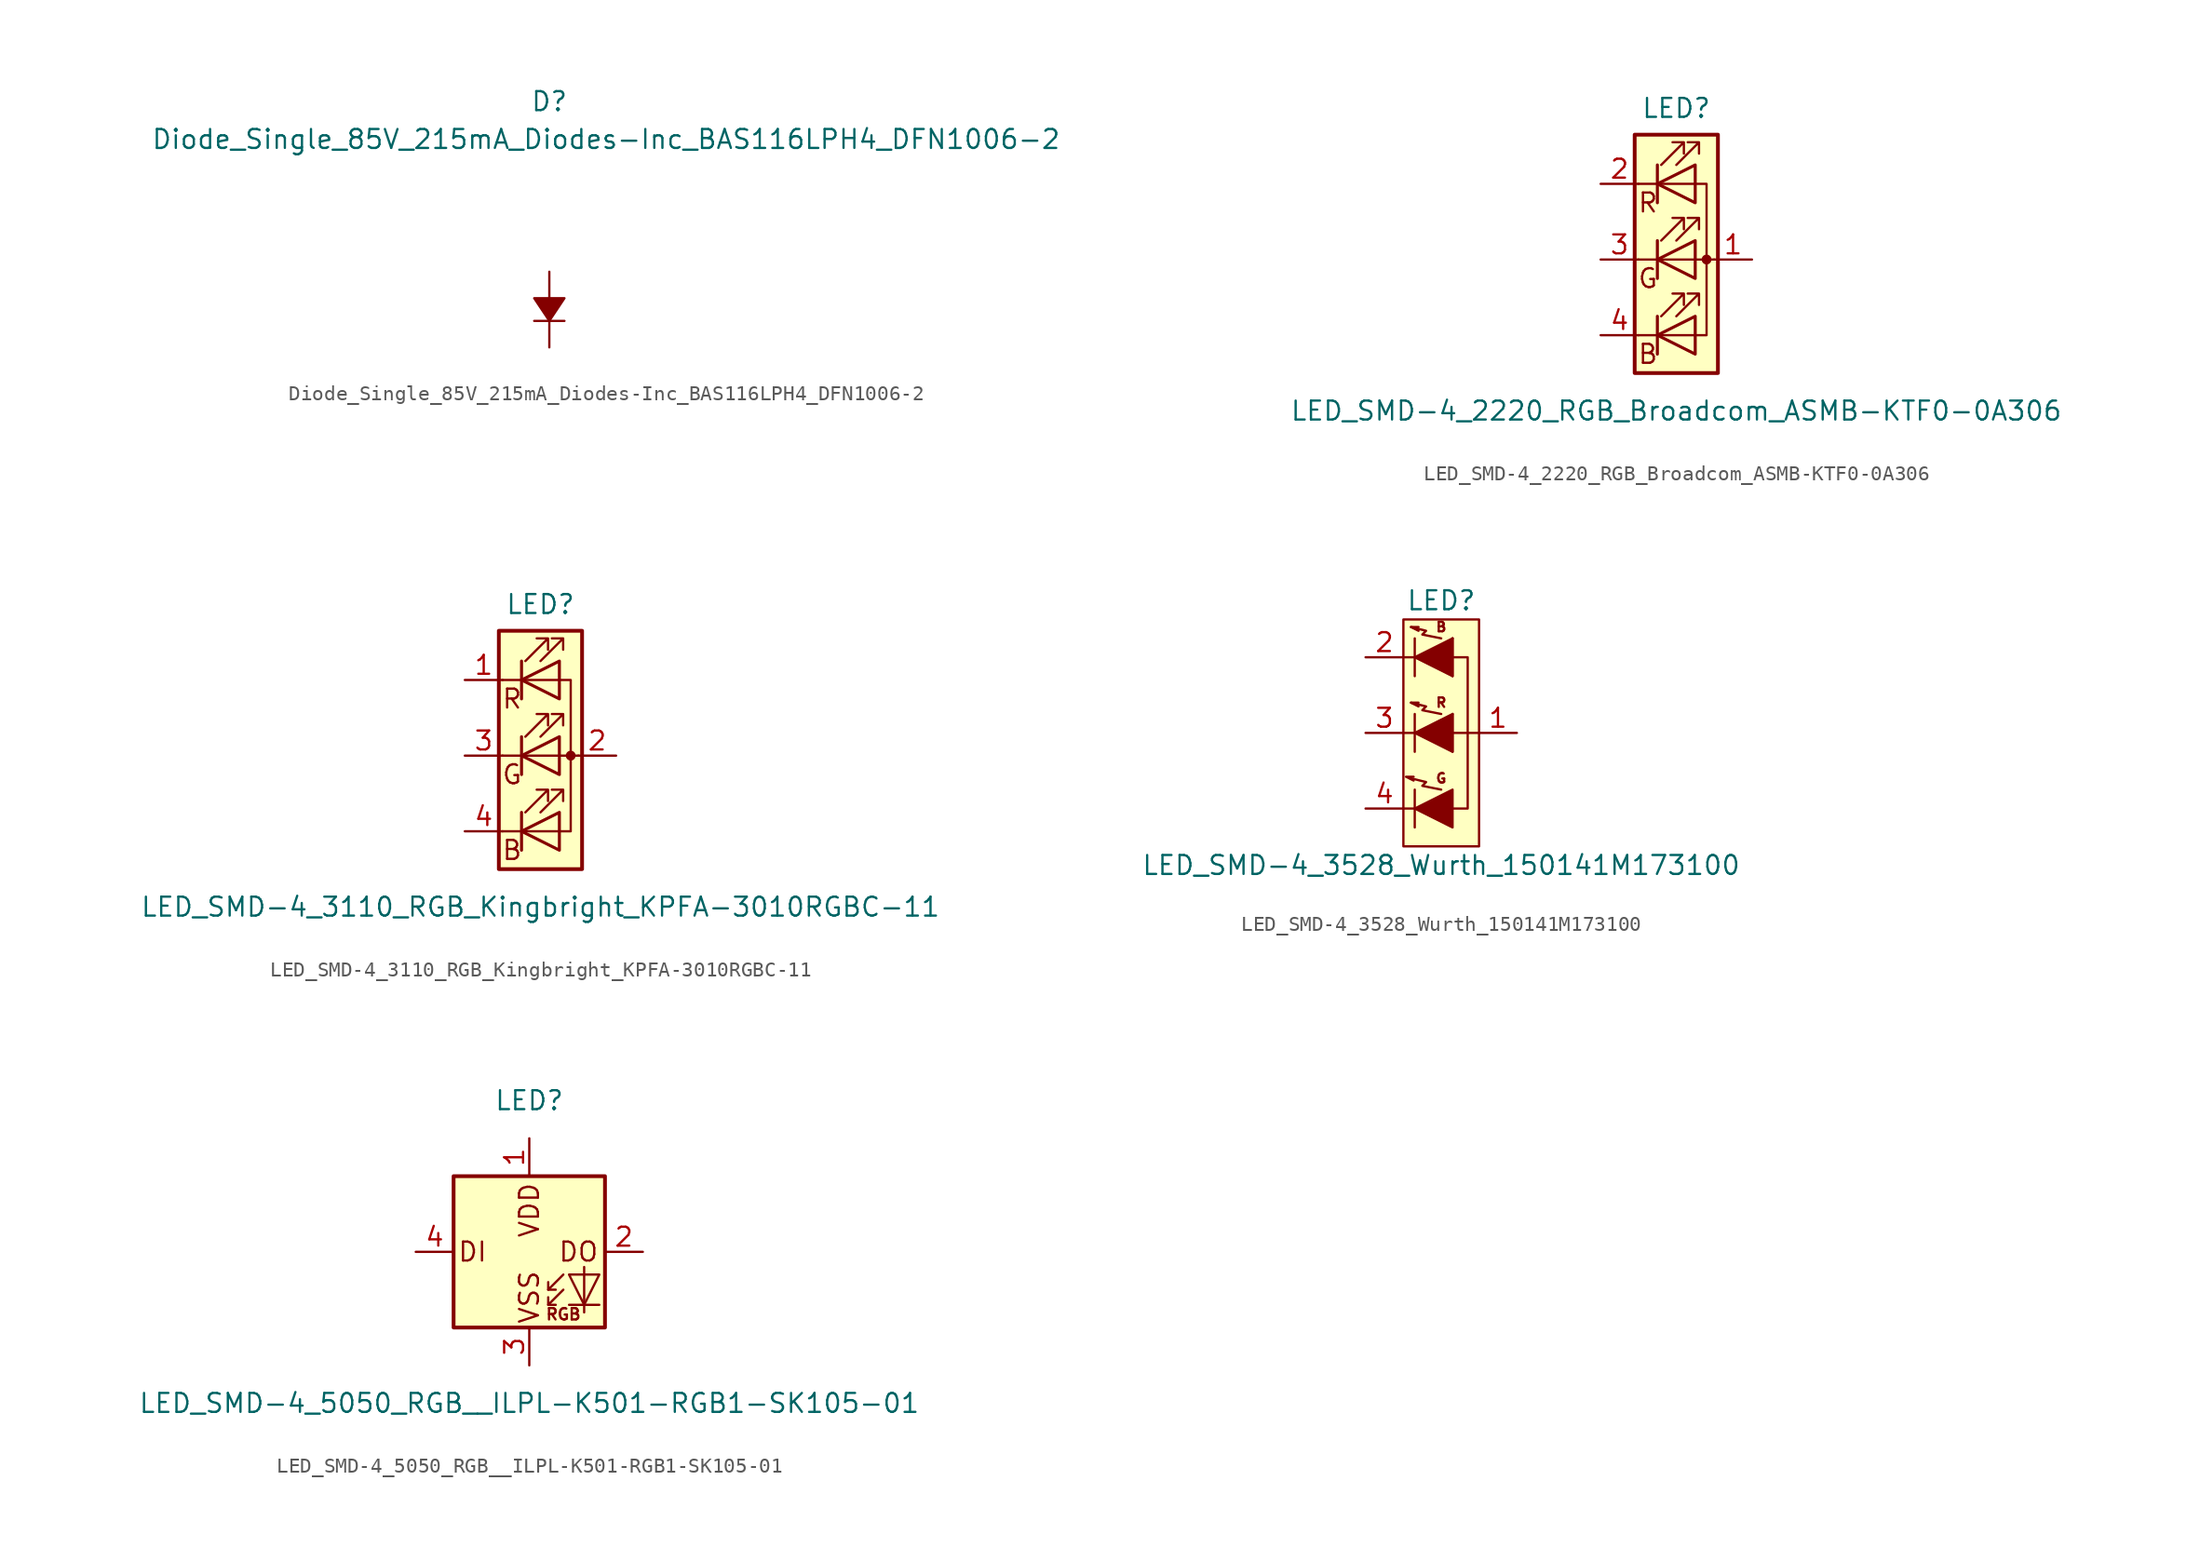
<source format=kicad_sym>
(kicad_symbol_lib
  (version 20211014)
  (generator kicad_symbol_editor)
  (symbol "Diode_Single_85V_215mA_Diodes-Inc_BAS116LPH4_DFN1006-2"
    (pin_numbers hide)
    (pin_names
      (offset 1.27) hide)
    (property "Reference" "D"
      (at 0 13.97 0)
      (effects (font (size 1.27 1.27))))
    (property "Value" "Diode_Single_85V_215mA_Diodes-Inc_BAS116LPH4_DFN1006-2"
      (at 3.81 11.43 0)
      (effects (font (size 1.27 1.27))))
    (symbol "Diode_Single_85V_215mA_Diodes-Inc_BAS116LPH4_DFN1006-2_1_1"
      (polyline (pts (xy 0 -0.762) (xy 0 0.762)) (stroke (width 0) (type default) (color 0 0 0 0)) (fill (type none)))
      (polyline (pts (xy 1.016 -0.762) (xy -1.016 -0.762)) (stroke (width 0) (type default) (color 0 0 0 0)) (fill (type none)))
      (polyline (pts (xy 1.016 0.762) (xy 0 -0.762) (xy -1.016 0.762) (xy 1.016 0.762)) (stroke (width 0) (type default) (color 0 0 0 0)) (fill (type outline)))
      (pin passive line (at 0 -2.54 90) (length 1.778) (name "K" (effects (font (size 1.27 1.27)))) (number "1" (effects (font (size 1.27 1.27)))))
      (pin passive line (at 0 2.54 270) (length 1.778) (name "A" (effects (font (size 1.27 1.27)))) (number "2" (effects (font (size 1.27 1.27)))))))
  (symbol "LED_SMD-4_2220_RGB_Broadcom_ASMB-KTF0-0A306"
    (pin_names
      (offset 1.27) hide)
    (property "Reference" "LED"
      (at 0 10.16 0)
      (effects (font (size 1.27 1.27))))
    (property "Value" "LED_SMD-4_2220_RGB_Broadcom_ASMB-KTF0-0A306"
      (at 0 -10.16 0)
      (effects (font (size 1.27 1.27))))
    (symbol "LED_SMD-4_2220_RGB_Broadcom_ASMB-KTF0-0A306_1_1"
      (polyline (pts (xy -2.54 -5.08) (xy 1.27 -5.08)) (stroke (width 0) (type default) (color 0 0 0 0)) (fill (type none)))
      (polyline (pts (xy -1.27 -3.81) (xy -1.27 -6.35)) (stroke (width 0.203) (type default) (color 0 0 0 0)) (fill (type none)))
      (polyline (pts (xy -1.27 1.27) (xy -1.27 -1.27)) (stroke (width 0.203) (type default) (color 0 0 0 0)) (fill (type none)))
      (polyline (pts (xy -1.27 6.35) (xy -1.27 3.81)) (stroke (width 0.203) (type default) (color 0 0 0 0)) (fill (type none)))
      (polyline (pts (xy 1.27 5.08) (xy -2.54 5.08)) (stroke (width 0) (type default) (color 0 0 0 0)) (fill (type none)))
      (polyline (pts (xy 2.54 0) (xy -2.54 0)) (stroke (width 0) (type default) (color 0 0 0 0)) (fill (type none)))
      (polyline (pts (xy 1.27 -5.08) (xy 2.032 -5.08) (xy 2.032 5.08) (xy 1.27 5.08)) (stroke (width 0) (type default) (color 0 0 0 0)) (fill (type none)))
      (polyline (pts (xy 1.27 -3.81) (xy 1.27 -6.35) (xy -1.27 -5.08) (xy 1.27 -3.81)) (stroke (width 0.203) (type default) (color 0 0 0 0)) (fill (type none)))
      (polyline (pts (xy 1.27 1.27) (xy 1.27 -1.27) (xy -1.27 0) (xy 1.27 1.27)) (stroke (width 0.203) (type default) (color 0 0 0 0)) (fill (type none)))
      (polyline (pts (xy 1.27 6.35) (xy 1.27 3.81) (xy -1.27 5.08) (xy 1.27 6.35)) (stroke (width 0.203) (type default) (color 0 0 0 0)) (fill (type none)))
      (polyline (pts (xy -1.016 -3.81) (xy 0.508 -2.286) (xy -0.254 -2.286) (xy 0.508 -2.286) (xy 0.508 -3.048)) (stroke (width 0) (type default) (color 0 0 0 0)) (fill (type none)))
      (polyline (pts (xy -1.016 1.27) (xy 0.508 2.794) (xy -0.254 2.794) (xy 0.508 2.794) (xy 0.508 2.032)) (stroke (width 0) (type default) (color 0 0 0 0)) (fill (type none)))
      (polyline (pts (xy -1.016 6.35) (xy 0.508 7.874) (xy -0.254 7.874) (xy 0.508 7.874) (xy 0.508 7.112)) (stroke (width 0) (type default) (color 0 0 0 0)) (fill (type none)))
      (polyline (pts (xy 0 -3.81) (xy 1.524 -2.286) (xy 0.762 -2.286) (xy 1.524 -2.286) (xy 1.524 -3.048)) (stroke (width 0) (type default) (color 0 0 0 0)) (fill (type none)))
      (polyline (pts (xy 0 1.27) (xy 1.524 2.794) (xy 0.762 2.794) (xy 1.524 2.794) (xy 1.524 2.032)) (stroke (width 0) (type default) (color 0 0 0 0)) (fill (type none)))
      (polyline (pts (xy 0 6.35) (xy 1.524 7.874) (xy 0.762 7.874) (xy 1.524 7.874) (xy 1.524 7.112)) (stroke (width 0) (type default) (color 0 0 0 0)) (fill (type none)))
      (rectangle (start 1.27 6.35) (end 1.27 6.35) (stroke (width 0) (type default) (color 0 0 0 0)) (fill (type none)))
      (circle (center 2.032 0) (radius 0.254) (stroke (width 0) (type default) (color 0 0 0 0)) (fill (type outline)))
      (rectangle (start 2.794 8.382) (end -2.794 -7.62) (stroke (width 0.254) (type default) (color 0 0 0 0)) (fill (type background)))
      (text "B" (at -1.905 -6.35 0) (effects (font (size 1.27 1.27))))
      (text "G" (at -1.905 -1.27 0) (effects (font (size 1.27 1.27))))
      (text "R" (at -1.905 3.81 0) (effects (font (size 1.27 1.27))))
      (pin passive line (at 5.08 0 180) (length 2.54) (name "A" (effects (font (size 1.27 1.27)))) (number "1" (effects (font (size 1.27 1.27)))))
      (pin passive line (at -5.08 5.08 0) (length 2.54) (name "RK" (effects (font (size 1.27 1.27)))) (number "2" (effects (font (size 1.27 1.27)))))
      (pin passive line (at -5.08 0 0) (length 2.54) (name "GK" (effects (font (size 1.27 1.27)))) (number "3" (effects (font (size 1.27 1.27)))))
      (pin passive line (at -5.08 -5.08 0) (length 2.54) (name "BK" (effects (font (size 1.27 1.27)))) (number "4" (effects (font (size 1.27 1.27)))))))
  (symbol "LED_SMD-4_3110_RGB_Kingbright_KPFA-3010RGBC-11"
    (pin_names
      (offset 1.27) hide)
    (property "Reference" "LED"
      (at 0 10.16 0)
      (effects (font (size 1.27 1.27))))
    (property "Value" "LED_SMD-4_3110_RGB_Kingbright_KPFA-3010RGBC-11"
      (at 0 -10.16 0)
      (effects (font (size 1.27 1.27))))
    (symbol "LED_SMD-4_3110_RGB_Kingbright_KPFA-3010RGBC-11_1_1"
      (polyline (pts (xy -2.54 -5.08) (xy 1.27 -5.08)) (stroke (width 0) (type default) (color 0 0 0 0)) (fill (type none)))
      (polyline (pts (xy -1.27 -3.81) (xy -1.27 -6.35)) (stroke (width 0.203) (type default) (color 0 0 0 0)) (fill (type none)))
      (polyline (pts (xy -1.27 1.27) (xy -1.27 -1.27)) (stroke (width 0.203) (type default) (color 0 0 0 0)) (fill (type none)))
      (polyline (pts (xy -1.27 6.35) (xy -1.27 3.81)) (stroke (width 0.203) (type default) (color 0 0 0 0)) (fill (type none)))
      (polyline (pts (xy 1.27 5.08) (xy -2.54 5.08)) (stroke (width 0) (type default) (color 0 0 0 0)) (fill (type none)))
      (polyline (pts (xy 2.54 0) (xy -2.54 0)) (stroke (width 0) (type default) (color 0 0 0 0)) (fill (type none)))
      (polyline (pts (xy 1.27 -5.08) (xy 2.032 -5.08) (xy 2.032 5.08) (xy 1.27 5.08)) (stroke (width 0) (type default) (color 0 0 0 0)) (fill (type none)))
      (polyline (pts (xy 1.27 -3.81) (xy 1.27 -6.35) (xy -1.27 -5.08) (xy 1.27 -3.81)) (stroke (width 0.203) (type default) (color 0 0 0 0)) (fill (type none)))
      (polyline (pts (xy 1.27 1.27) (xy 1.27 -1.27) (xy -1.27 0) (xy 1.27 1.27)) (stroke (width 0.203) (type default) (color 0 0 0 0)) (fill (type none)))
      (polyline (pts (xy 1.27 6.35) (xy 1.27 3.81) (xy -1.27 5.08) (xy 1.27 6.35)) (stroke (width 0.203) (type default) (color 0 0 0 0)) (fill (type none)))
      (polyline (pts (xy -1.016 -3.81) (xy 0.508 -2.286) (xy -0.254 -2.286) (xy 0.508 -2.286) (xy 0.508 -3.048)) (stroke (width 0) (type default) (color 0 0 0 0)) (fill (type none)))
      (polyline (pts (xy -1.016 1.27) (xy 0.508 2.794) (xy -0.254 2.794) (xy 0.508 2.794) (xy 0.508 2.032)) (stroke (width 0) (type default) (color 0 0 0 0)) (fill (type none)))
      (polyline (pts (xy -1.016 6.35) (xy 0.508 7.874) (xy -0.254 7.874) (xy 0.508 7.874) (xy 0.508 7.112)) (stroke (width 0) (type default) (color 0 0 0 0)) (fill (type none)))
      (polyline (pts (xy 0 -3.81) (xy 1.524 -2.286) (xy 0.762 -2.286) (xy 1.524 -2.286) (xy 1.524 -3.048)) (stroke (width 0) (type default) (color 0 0 0 0)) (fill (type none)))
      (polyline (pts (xy 0 1.27) (xy 1.524 2.794) (xy 0.762 2.794) (xy 1.524 2.794) (xy 1.524 2.032)) (stroke (width 0) (type default) (color 0 0 0 0)) (fill (type none)))
      (polyline (pts (xy 0 6.35) (xy 1.524 7.874) (xy 0.762 7.874) (xy 1.524 7.874) (xy 1.524 7.112)) (stroke (width 0) (type default) (color 0 0 0 0)) (fill (type none)))
      (rectangle (start 1.27 6.35) (end 1.27 6.35) (stroke (width 0) (type default) (color 0 0 0 0)) (fill (type none)))
      (circle (center 2.032 0) (radius 0.254) (stroke (width 0) (type default) (color 0 0 0 0)) (fill (type outline)))
      (rectangle (start 2.794 8.382) (end -2.794 -7.62) (stroke (width 0.254) (type default) (color 0 0 0 0)) (fill (type background)))
      (text "B" (at -1.905 -6.35 0) (effects (font (size 1.27 1.27))))
      (text "G" (at -1.905 -1.27 0) (effects (font (size 1.27 1.27))))
      (text "R" (at -1.905 3.81 0) (effects (font (size 1.27 1.27))))
      (pin passive line (at -5.08 5.08 0) (length 2.54) (name "RK" (effects (font (size 1.27 1.27)))) (number "1" (effects (font (size 1.27 1.27)))))
      (pin passive line (at 5.08 0 180) (length 2.54) (name "A" (effects (font (size 1.27 1.27)))) (number "2" (effects (font (size 1.27 1.27)))))
      (pin passive line (at -5.08 0 0) (length 2.54) (name "GK" (effects (font (size 1.27 1.27)))) (number "3" (effects (font (size 1.27 1.27)))))
      (pin passive line (at -5.08 -5.08 0) (length 2.54) (name "BK" (effects (font (size 1.27 1.27)))) (number "4" (effects (font (size 1.27 1.27)))))))
  (symbol "LED_SMD-4_3528_Wurth_150141M173100"
    (pin_names
      (offset 1.27) hide)
    (property "Reference" "LED"
      (at 0 8.89 0)
      (effects (font (size 1.27 1.27))))
    (property "Value" "LED_SMD-4_3528_Wurth_150141M173100"
      (at 0 -8.89 0)
      (effects (font (size 1.27 1.27))))
    (symbol "LED_SMD-4_3528_Wurth_150141M173100_0_0"
      (text "B" (at 0 7.112 0) (effects (font (size 0.635 0.635))))
      (text "G" (at 0 -3.048 0) (effects (font (size 0.635 0.635))))
      (text "R" (at 0 2.032 0) (effects (font (size 0.635 0.635)))))
    (symbol "LED_SMD-4_3528_Wurth_150141M173100_0_1"
      (polyline (pts (xy -1.778 -5.08) (xy -2.54 -5.08)) (stroke (width 0) (type default) (color 0 0 0 0)) (fill (type none)))
      (polyline (pts (xy -1.778 -3.81) (xy -1.778 -6.35)) (stroke (width 0) (type default) (color 0 0 0 0)) (fill (type none)))
      (polyline (pts (xy -1.778 0) (xy -2.54 0)) (stroke (width 0) (type default) (color 0 0 0 0)) (fill (type none)))
      (polyline (pts (xy -1.778 5.08) (xy -2.54 5.08)) (stroke (width 0) (type default) (color 0 0 0 0)) (fill (type none)))
      (polyline (pts (xy 2.54 0) (xy 0.762 0)) (stroke (width 0) (type default) (color 0 0 0 0)) (fill (type none)))
      (polyline (pts (xy -1.778 1.27) (xy -1.778 -1.27) (xy -1.778 -1.27)) (stroke (width 0) (type default) (color 0 0 0 0)) (fill (type none)))
      (polyline (pts (xy -1.778 6.35) (xy -1.778 3.81) (xy -1.778 3.81)) (stroke (width 0) (type default) (color 0 0 0 0)) (fill (type none)))
      (polyline (pts (xy -1.854 -2.946) (xy -2.362 -2.946) (xy -1.854 -3.2) (xy -1.854 -3.2)) (stroke (width 0) (type default) (color 0 0 0 0)) (fill (type none)))
      (polyline (pts (xy -1.524 2.032) (xy -2.032 2.032) (xy -1.524 1.778) (xy -1.524 1.778)) (stroke (width 0) (type default) (color 0 0 0 0)) (fill (type none)))
      (polyline (pts (xy -1.524 7.112) (xy -2.032 7.112) (xy -1.524 6.858) (xy -1.524 6.858)) (stroke (width 0) (type default) (color 0 0 0 0)) (fill (type none)))
      (polyline (pts (xy 0.762 5.08) (xy 1.778 5.08) (xy 1.778 -5.08) (xy 0.762 -5.08)) (stroke (width 0) (type default) (color 0 0 0 0)) (fill (type none)))
      (polyline (pts (xy 0 -3.81) (xy -1.27 -3.556) (xy -1.016 -3.302) (xy -2.032 -3.048) (xy -2.032 -3.048)) (stroke (width 0) (type default) (color 0 0 0 0)) (fill (type none)))
      (polyline (pts (xy 0.762 -3.81) (xy 0.762 -6.35) (xy -1.778 -5.08) (xy 0.762 -3.81) (xy 0.762 -3.81)) (stroke (width 0) (type default) (color 0 0 0 0)) (fill (type outline)))
      (polyline (pts (xy 0 1.27) (xy -1.27 1.524) (xy -1.016 1.778) (xy -2.032 2.032) (xy -2.032 2.032) (xy -2.032 2.032)) (stroke (width 0) (type default) (color 0 0 0 0)) (fill (type none)))
      (polyline (pts (xy 0 6.35) (xy -1.27 6.604) (xy -1.016 6.858) (xy -2.032 7.112) (xy -2.032 7.112) (xy -2.032 7.112)) (stroke (width 0) (type default) (color 0 0 0 0)) (fill (type none)))
      (polyline (pts (xy 0.762 1.27) (xy 0.762 -1.27) (xy -1.778 0) (xy 0.762 1.27) (xy 0.762 1.27) (xy 0.762 1.27)) (stroke (width 0) (type default) (color 0 0 0 0)) (fill (type outline)))
      (polyline (pts (xy 0.762 6.35) (xy 0.762 3.81) (xy -1.778 5.08) (xy 0.762 6.35) (xy 0.762 6.35) (xy 0.762 6.35)) (stroke (width 0) (type default) (color 0 0 0 0)) (fill (type outline)))
      (rectangle (start 0.762 -1.27) (end 0.762 1.27) (stroke (width 0) (type default) (color 0 0 0 0)) (fill (type none)))
      (rectangle (start 0.762 1.27) (end 0.762 1.27) (stroke (width 0) (type default) (color 0 0 0 0)) (fill (type none)))
      (rectangle (start 0.762 3.81) (end 0.762 6.35) (stroke (width 0) (type default) (color 0 0 0 0)) (fill (type none)))
      (rectangle (start 0.762 6.35) (end 0.762 6.35) (stroke (width 0) (type default) (color 0 0 0 0)) (fill (type none)))
      (rectangle (start 2.54 7.62) (end -2.54 -7.62) (stroke (width 0) (type default) (color 0 0 0 0)) (fill (type background))))
    (symbol "LED_SMD-4_3528_Wurth_150141M173100_1_1"
      (pin passive line (at 5.08 0 180) (length 2.54) (name "~" (effects (font (size 1.27 1.27)))) (number "1" (effects (font (size 1.27 1.27)))))
      (pin passive line (at -5.08 5.08 0) (length 2.54) (name "R" (effects (font (size 1.27 1.27)))) (number "2" (effects (font (size 1.27 1.27)))))
      (pin passive line (at -5.08 0 0) (length 2.54) (name "G" (effects (font (size 1.27 1.27)))) (number "3" (effects (font (size 1.27 1.27)))))
      (pin passive line (at -5.08 -5.08 0) (length 2.54) (name "B" (effects (font (size 1.27 1.27)))) (number "4" (effects (font (size 1.27 1.27)))))))
  (symbol "LED_SMD-4_5050_RGB__ILPL-K501-RGB1-SK105-01"
    (pin_names
      (offset 1.27) hide)
    (property "Reference" "LED"
      (at 0 10.16 0)
      (effects (font (size 1.27 1.27))))
    (property "Value" "LED_SMD-4_5050_RGB__ILPL-K501-RGB1-SK105-01"
      (at 0 -10.16 0)
      (effects (font (size 1.27 1.27))))
    (symbol "LED_SMD-4_5050_RGB__ILPL-K501-RGB1-SK105-01_0_0"
      (text "DI" (at -3.81 0 0) (effects (font (size 1.27 1.27))))
      (text "DO" (at 3.302 0 0) (effects (font (size 1.27 1.27))))
      (text "VDD" (at 0 2.794 900) (effects (font (size 1.27 1.27))))
      (text "VSS" (at 0 -3.048 900) (effects (font (size 1.27 1.27)))))
    (symbol "LED_SMD-4_5050_RGB__ILPL-K501-RGB1-SK105-01_1_1"
      (polyline (pts (xy 1.27 -3.556) (xy 1.778 -3.556)) (stroke (width 0) (type default) (color 0 0 0 0)) (fill (type none)))
      (polyline (pts (xy 1.27 -2.54) (xy 1.778 -2.54)) (stroke (width 0) (type default) (color 0 0 0 0)) (fill (type none)))
      (polyline (pts (xy 4.699 -3.556) (xy 2.667 -3.556)) (stroke (width 0) (type default) (color 0 0 0 0)) (fill (type none)))
      (polyline (pts (xy 2.286 -2.54) (xy 1.27 -3.556) (xy 1.27 -3.048)) (stroke (width 0) (type default) (color 0 0 0 0)) (fill (type none)))
      (polyline (pts (xy 2.286 -1.524) (xy 1.27 -2.54) (xy 1.27 -2.032)) (stroke (width 0) (type default) (color 0 0 0 0)) (fill (type none)))
      (polyline (pts (xy 3.683 -1.016) (xy 3.683 -3.556) (xy 3.683 -4.064)) (stroke (width 0) (type default) (color 0 0 0 0)) (fill (type none)))
      (polyline (pts (xy 4.699 -1.524) (xy 2.667 -1.524) (xy 3.683 -3.556) (xy 4.699 -1.524)) (stroke (width 0) (type default) (color 0 0 0 0)) (fill (type none)))
      (rectangle (start 5.08 5.08) (end -5.08 -5.08) (stroke (width 0.254) (type default) (color 0 0 0 0)) (fill (type background)))
      (text "RGB" (at 2.286 -4.191 0) (effects (font (size 0.762 0.762))))
      (pin power_in line (at 0 7.62 270) (length 2.54) (name "VDD" (effects (font (size 1.27 1.27)))) (number "1" (effects (font (size 1.27 1.27)))))
      (pin output line (at 7.62 0 180) (length 2.54) (name "DO" (effects (font (size 1.27 1.27)))) (number "2" (effects (font (size 1.27 1.27)))))
      (pin power_in line (at 0 -7.62 90) (length 2.54) (name "VSS" (effects (font (size 1.27 1.27)))) (number "3" (effects (font (size 1.27 1.27)))))
      (pin input line (at -7.62 0 0) (length 2.54) (name "DIN" (effects (font (size 1.27 1.27)))) (number "4" (effects (font (size 1.27 1.27))))))))
</source>
